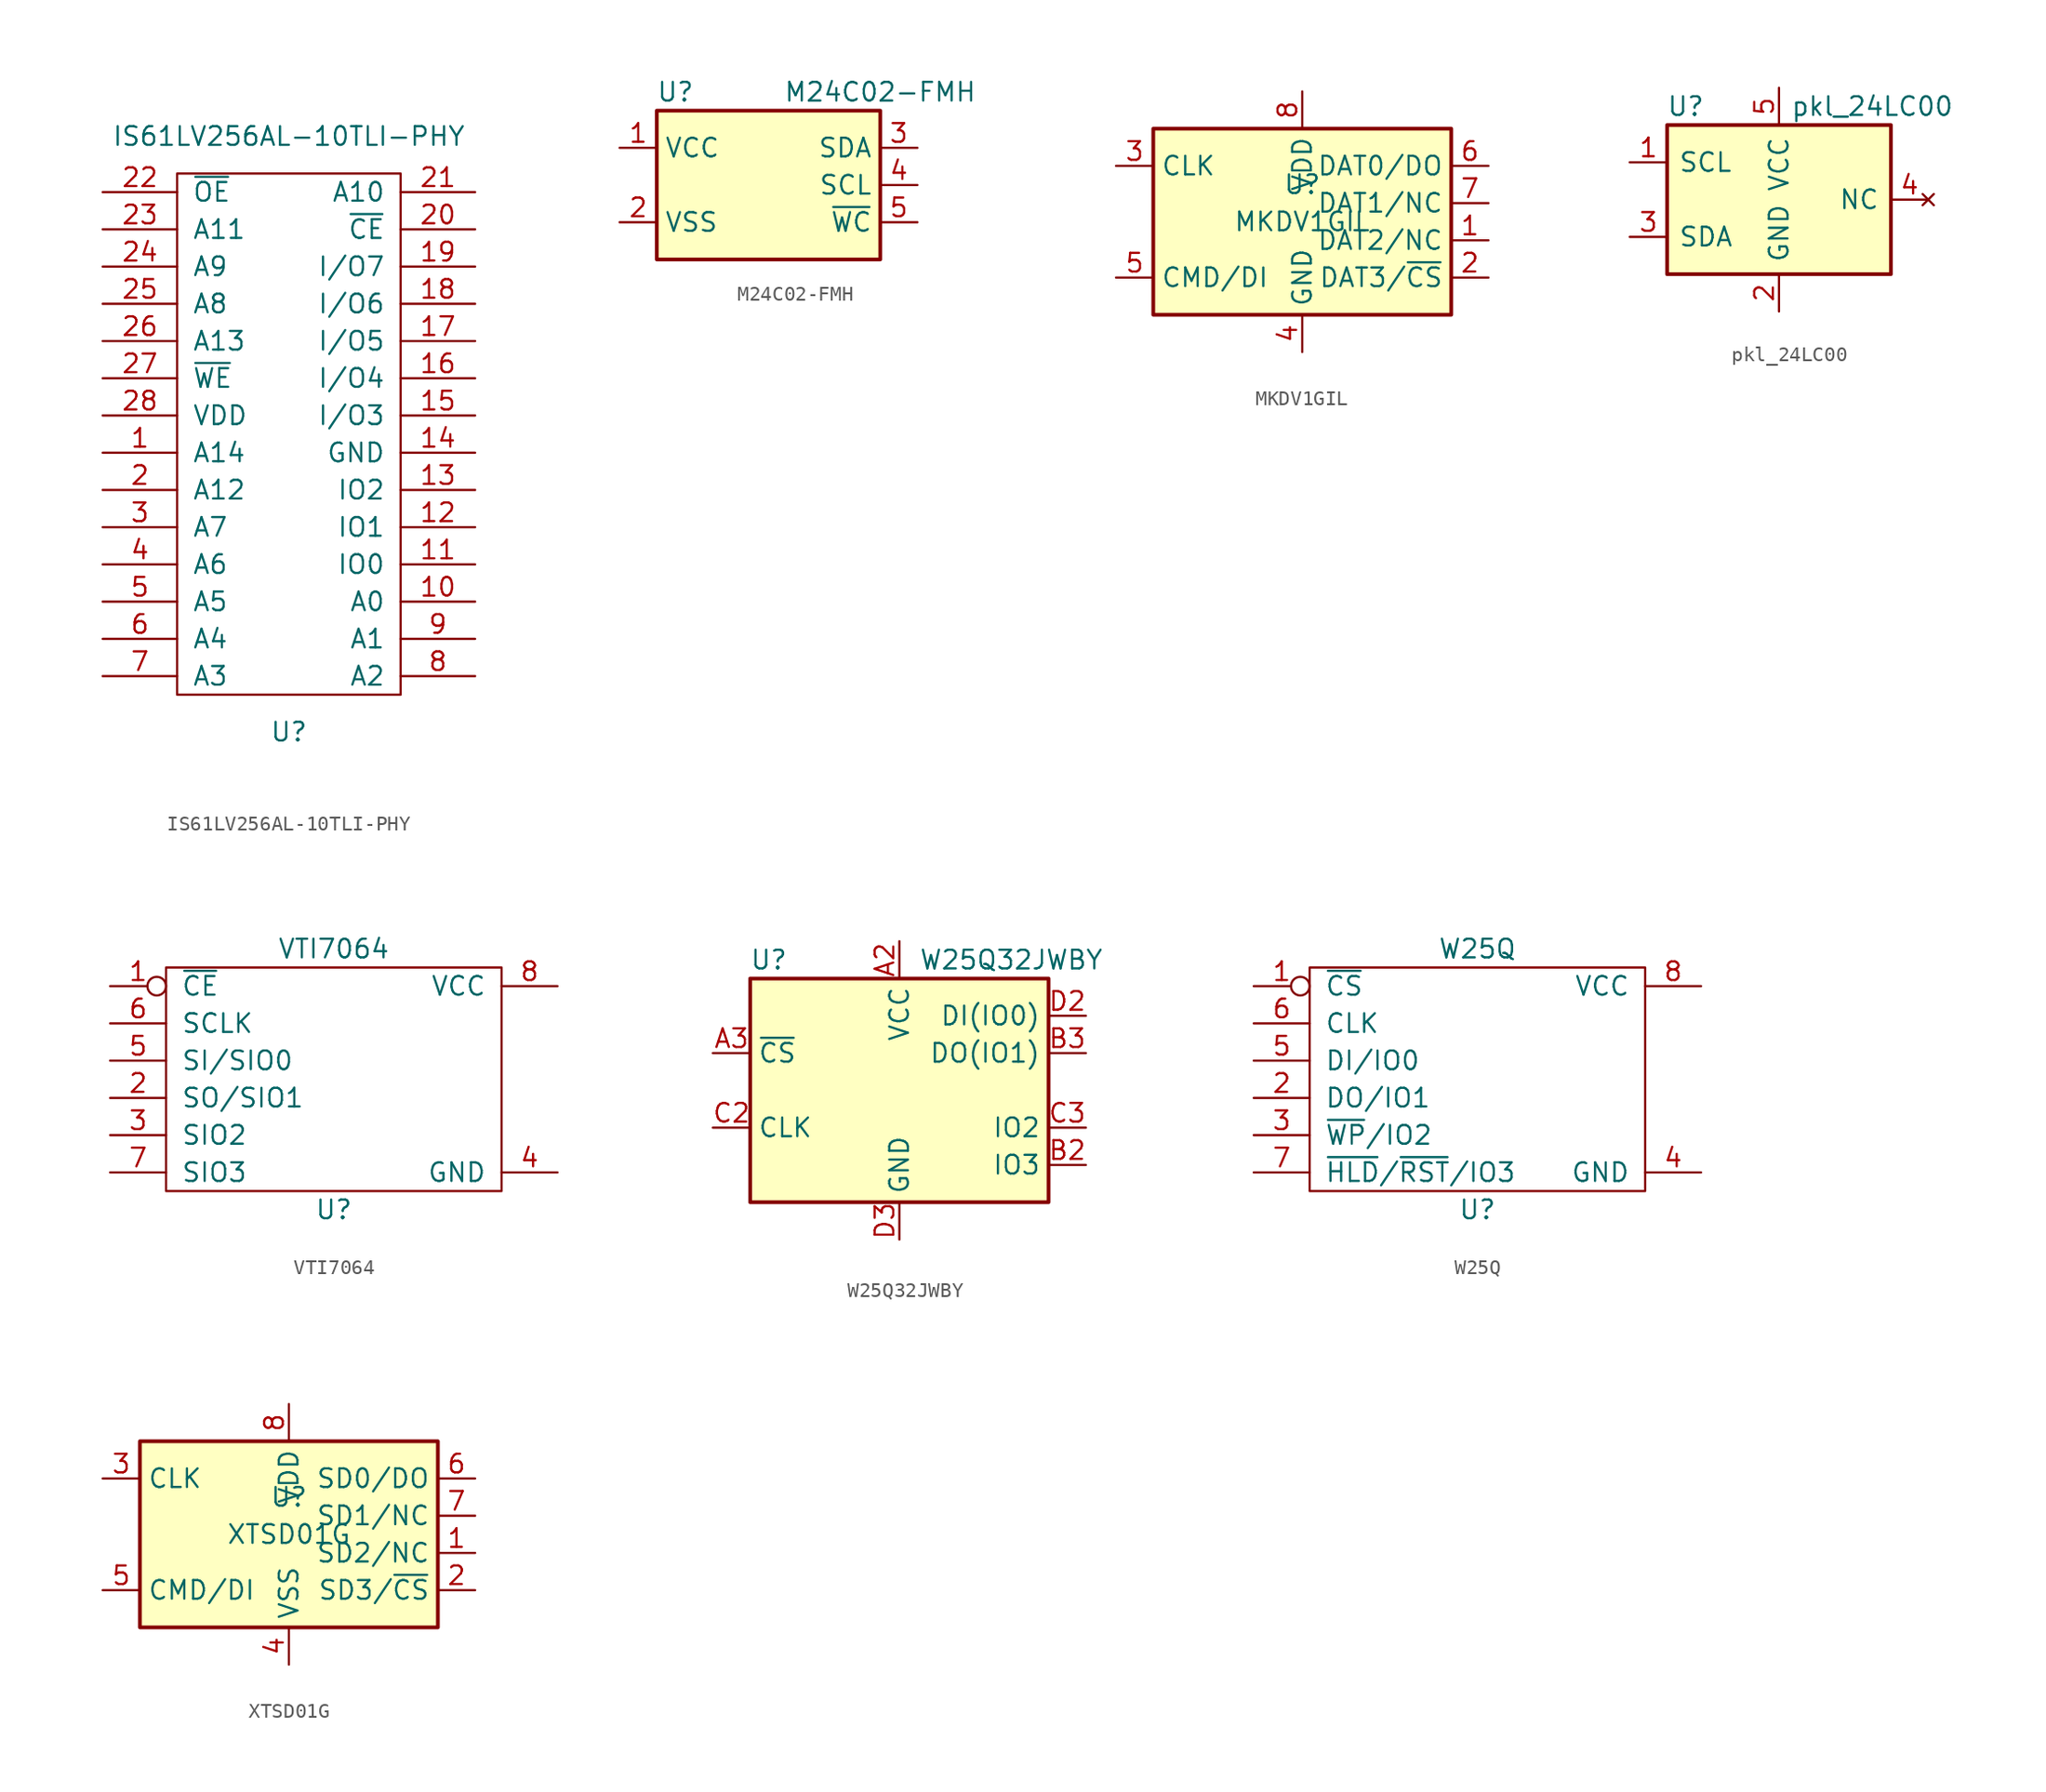
<source format=kicad_sym>
(kicad_symbol_lib
  (version 20211014)
  (generator kicad_symbol_editor)
  (symbol "IS61LV256AL-10TLI-PHY"
    (pin_names
      (offset 1.016))
    (property "Reference" "U"
      (at 0 -21.59 0)
      (effects (font (size 1.27 1.27))))
    (property "Value" "IS61LV256AL-10TLI-PHY"
      (at 0 19.05 0)
      (effects (font (size 1.27 1.27))))
    (symbol "IS61LV256AL-10TLI-PHY_0_1"
      (rectangle (start -7.62 16.51) (end 7.62 -19.05) (stroke (width 0) (type default) (color 0 0 0 0)) (fill (type none))))
    (symbol "IS61LV256AL-10TLI-PHY_1_1"
      (pin passive line (at -12.7 -2.54 0) (length 5.08) (name "A14" (effects (font (size 1.27 1.27)))) (number "1" (effects (font (size 1.27 1.27)))))
      (pin passive line (at 12.7 -12.7 180) (length 5.08) (name "A0" (effects (font (size 1.27 1.27)))) (number "10" (effects (font (size 1.27 1.27)))))
      (pin passive line (at 12.7 -10.16 180) (length 5.08) (name "IO0" (effects (font (size 1.27 1.27)))) (number "11" (effects (font (size 1.27 1.27)))))
      (pin passive line (at 12.7 -7.62 180) (length 5.08) (name "IO1" (effects (font (size 1.27 1.27)))) (number "12" (effects (font (size 1.27 1.27)))))
      (pin passive line (at 12.7 -5.08 180) (length 5.08) (name "IO2" (effects (font (size 1.27 1.27)))) (number "13" (effects (font (size 1.27 1.27)))))
      (pin passive line (at 12.7 -2.54 180) (length 5.08) (name "GND" (effects (font (size 1.27 1.27)))) (number "14" (effects (font (size 1.27 1.27)))))
      (pin input line (at 12.7 0 180) (length 5.08) (name "I/O3" (effects (font (size 1.27 1.27)))) (number "15" (effects (font (size 1.27 1.27)))))
      (pin input line (at 12.7 2.54 180) (length 5.08) (name "I/O4" (effects (font (size 1.27 1.27)))) (number "16" (effects (font (size 1.27 1.27)))))
      (pin input line (at 12.7 5.08 180) (length 5.08) (name "I/O5" (effects (font (size 1.27 1.27)))) (number "17" (effects (font (size 1.27 1.27)))))
      (pin input line (at 12.7 7.62 180) (length 5.08) (name "I/O6" (effects (font (size 1.27 1.27)))) (number "18" (effects (font (size 1.27 1.27)))))
      (pin input line (at 12.7 10.16 180) (length 5.08) (name "I/O7" (effects (font (size 1.27 1.27)))) (number "19" (effects (font (size 1.27 1.27)))))
      (pin passive line (at -12.7 -5.08 0) (length 5.08) (name "A12" (effects (font (size 1.27 1.27)))) (number "2" (effects (font (size 1.27 1.27)))))
      (pin input line (at 12.7 12.7 180) (length 5.08) (name "~{CE}" (effects (font (size 1.27 1.27)))) (number "20" (effects (font (size 1.27 1.27)))))
      (pin input line (at 12.7 15.24 180) (length 5.08) (name "A10" (effects (font (size 1.27 1.27)))) (number "21" (effects (font (size 1.27 1.27)))))
      (pin input line (at -12.7 15.24 0) (length 5.08) (name "~{OE}" (effects (font (size 1.27 1.27)))) (number "22" (effects (font (size 1.27 1.27)))))
      (pin input line (at -12.7 12.7 0) (length 5.08) (name "A11" (effects (font (size 1.27 1.27)))) (number "23" (effects (font (size 1.27 1.27)))))
      (pin input line (at -12.7 10.16 0) (length 5.08) (name "A9" (effects (font (size 1.27 1.27)))) (number "24" (effects (font (size 1.27 1.27)))))
      (pin input line (at -12.7 7.62 0) (length 5.08) (name "A8" (effects (font (size 1.27 1.27)))) (number "25" (effects (font (size 1.27 1.27)))))
      (pin input line (at -12.7 5.08 0) (length 5.08) (name "A13" (effects (font (size 1.27 1.27)))) (number "26" (effects (font (size 1.27 1.27)))))
      (pin input line (at -12.7 2.54 0) (length 5.08) (name "~{WE}" (effects (font (size 1.27 1.27)))) (number "27" (effects (font (size 1.27 1.27)))))
      (pin input line (at -12.7 0 0) (length 5.08) (name "VDD" (effects (font (size 1.27 1.27)))) (number "28" (effects (font (size 1.27 1.27)))))
      (pin passive line (at -12.7 -7.62 0) (length 5.08) (name "A7" (effects (font (size 1.27 1.27)))) (number "3" (effects (font (size 1.27 1.27)))))
      (pin passive line (at -12.7 -10.16 0) (length 5.08) (name "A6" (effects (font (size 1.27 1.27)))) (number "4" (effects (font (size 1.27 1.27)))))
      (pin passive line (at -12.7 -12.7 0) (length 5.08) (name "A5" (effects (font (size 1.27 1.27)))) (number "5" (effects (font (size 1.27 1.27)))))
      (pin passive line (at -12.7 -15.24 0) (length 5.08) (name "A4" (effects (font (size 1.27 1.27)))) (number "6" (effects (font (size 1.27 1.27)))))
      (pin passive line (at -12.7 -17.78 0) (length 5.08) (name "A3" (effects (font (size 1.27 1.27)))) (number "7" (effects (font (size 1.27 1.27)))))
      (pin passive line (at 12.7 -17.78 180) (length 5.08) (name "A2" (effects (font (size 1.27 1.27)))) (number "8" (effects (font (size 1.27 1.27)))))
      (pin passive line (at 12.7 -15.24 180) (length 5.08) (name "A1" (effects (font (size 1.27 1.27)))) (number "9" (effects (font (size 1.27 1.27)))))))
  (symbol "M24C02-FMH"
    (property "Reference" "U"
      (at -6.35 6.35 0)
      (effects (font (size 1.27 1.27))))
    (property "Value" "M24C02-FMH"
      (at 7.62 6.35 0)
      (effects (font (size 1.27 1.27))))
    (symbol "M24C02-FMH_0_1"
      (rectangle (start -7.62 5.08) (end 7.62 -5.08) (stroke (width 0.254) (type default) (color 0 0 0 0)) (fill (type background))))
    (symbol "M24C02-FMH_1_1"
      (pin power_in line (at -10.16 2.54 0) (length 2.54) (name "VCC" (effects (font (size 1.27 1.27)))) (number "1" (effects (font (size 1.27 1.27)))))
      (pin power_in line (at -10.16 -2.54 0) (length 2.54) (name "VSS" (effects (font (size 1.27 1.27)))) (number "2" (effects (font (size 1.27 1.27)))))
      (pin bidirectional line (at 10.16 2.54 180) (length 2.54) (name "SDA" (effects (font (size 1.27 1.27)))) (number "3" (effects (font (size 1.27 1.27)))))
      (pin input line (at 10.16 0 180) (length 2.54) (name "SCL" (effects (font (size 1.27 1.27)))) (number "4" (effects (font (size 1.27 1.27)))))
      (pin input line (at 10.16 -2.54 180) (length 2.54) (name "~{WC}" (effects (font (size 1.27 1.27)))) (number "5" (effects (font (size 1.27 1.27)))))))
  (symbol "MKDV1GIL"
    (property "Reference" "U"
      (at 0 1.27 0)
      (effects (font (size 1.27 1.27))))
    (property "Value" "MKDV1GIL"
      (at 0 -1.27 0)
      (effects (font (size 1.27 1.27))))
    (symbol "MKDV1GIL_0_1"
      (rectangle (start -10.16 5.08) (end 10.16 -7.62) (stroke (width 0.254) (type default) (color 0 0 0 0)) (fill (type background))))
    (symbol "MKDV1GIL_1_1"
      (pin bidirectional line (at 12.7 -2.54 180) (length 2.54) (name "DAT2/NC" (effects (font (size 1.27 1.27)))) (number "1" (effects (font (size 1.27 1.27)))))
      (pin bidirectional line (at 12.7 -5.08 180) (length 2.54) (name "DAT3/~{CS}" (effects (font (size 1.27 1.27)))) (number "2" (effects (font (size 1.27 1.27)))))
      (pin input line (at -12.7 2.54 0) (length 2.54) (name "CLK" (effects (font (size 1.27 1.27)))) (number "3" (effects (font (size 1.27 1.27)))))
      (pin power_in line (at 0 -10.16 90) (length 2.54) (name "GND" (effects (font (size 1.27 1.27)))) (number "4" (effects (font (size 1.27 1.27)))))
      (pin bidirectional line (at -12.7 -5.08 0) (length 2.54) (name "CMD/DI" (effects (font (size 1.27 1.27)))) (number "5" (effects (font (size 1.27 1.27)))))
      (pin bidirectional line (at 12.7 2.54 180) (length 2.54) (name "DAT0/DO" (effects (font (size 1.27 1.27)))) (number "6" (effects (font (size 1.27 1.27)))))
      (pin bidirectional line (at 12.7 0 180) (length 2.54) (name "DAT1/NC" (effects (font (size 1.27 1.27)))) (number "7" (effects (font (size 1.27 1.27)))))
      (pin power_in line (at 0 7.62 270) (length 2.54) (name "VDD" (effects (font (size 1.27 1.27)))) (number "8" (effects (font (size 1.27 1.27)))))))
  (symbol "pkl_24LC00"
    (pin_names
      (offset 0.762))
    (property "Reference" "U"
      (at -6.35 6.35 0)
      (effects (font (size 1.27 1.27))))
    (property "Value" "pkl_24LC00"
      (at 6.35 6.35 0)
      (effects (font (size 1.27 1.27))))
    (symbol "pkl_24LC00_0_0"
      (pin power_in line (at 0 -7.62 90) (length 2.54) (name "GND" (effects (font (size 1.27 1.27)))) (number "2" (effects (font (size 1.27 1.27)))))
      (pin power_in line (at 0 7.62 270) (length 2.54) (name "VCC" (effects (font (size 1.27 1.27)))) (number "5" (effects (font (size 1.27 1.27))))))
    (symbol "pkl_24LC00_1_1"
      (rectangle (start -7.62 5.08) (end 7.62 -5.08) (stroke (width 0.254) (type default) (color 0 0 0 0)) (fill (type background)))
      (pin input line (at -10.16 2.54 0) (length 2.54) (name "SCL" (effects (font (size 1.27 1.27)))) (number "1" (effects (font (size 1.27 1.27)))))
      (pin bidirectional line (at -10.16 -2.54 0) (length 2.54) (name "SDA" (effects (font (size 1.27 1.27)))) (number "3" (effects (font (size 1.27 1.27)))))
      (pin no_connect line (at 10.16 0 180) (length 2.54) (name "NC" (effects (font (size 1.27 1.27)))) (number "4" (effects (font (size 1.27 1.27)))))))
  (symbol "VTI7064"
    (pin_names
      (offset 1.016))
    (property "Reference" "U"
      (at 0 -10.16 0)
      (effects (font (size 1.27 1.27))))
    (property "Value" "VTI7064"
      (at 0 7.62 0)
      (effects (font (size 1.27 1.27))))
    (symbol "VTI7064_1_1"
      (rectangle (start -11.43 -8.89) (end 11.43 6.35) (stroke (width 0) (type default) (color 0 0 0 0)) (fill (type none)))
      (pin passive inverted (at -15.24 5.08 0) (length 3.81) (name "~{CE}" (effects (font (size 1.27 1.27)))) (number "1" (effects (font (size 1.27 1.27)))))
      (pin passive line (at -15.24 -2.54 0) (length 3.81) (name "SO/SIO1" (effects (font (size 1.27 1.27)))) (number "2" (effects (font (size 1.27 1.27)))))
      (pin passive line (at -15.24 -5.08 0) (length 3.81) (name "SIO2" (effects (font (size 1.27 1.27)))) (number "3" (effects (font (size 1.27 1.27)))))
      (pin passive line (at 15.24 -7.62 180) (length 3.81) (name "GND" (effects (font (size 1.27 1.27)))) (number "4" (effects (font (size 1.27 1.27)))))
      (pin passive line (at -15.24 0 0) (length 3.81) (name "SI/SIO0" (effects (font (size 1.27 1.27)))) (number "5" (effects (font (size 1.27 1.27)))))
      (pin passive line (at -15.24 2.54 0) (length 3.81) (name "SCLK" (effects (font (size 1.27 1.27)))) (number "6" (effects (font (size 1.27 1.27)))))
      (pin passive line (at -15.24 -7.62 0) (length 3.81) (name "SIO3" (effects (font (size 1.27 1.27)))) (number "7" (effects (font (size 1.27 1.27)))))
      (pin passive line (at 15.24 5.08 180) (length 3.81) (name "VCC" (effects (font (size 1.27 1.27)))) (number "8" (effects (font (size 1.27 1.27)))))))
  (symbol "W25Q32JWBY"
    (property "Reference" "U"
      (at -8.89 8.89 0)
      (effects (font (size 1.27 1.27))))
    (property "Value" "W25Q32JWBY"
      (at 7.62 8.89 0)
      (effects (font (size 1.27 1.27))))
    (symbol "W25Q32JWBY_0_1"
      (rectangle (start -10.16 7.62) (end 10.16 -7.62) (stroke (width 0.254) (type default) (color 0 0 0 0)) (fill (type background))))
    (symbol "W25Q32JWBY_1_1"
      (pin no_connect line (at -5.08 -10.16 90) (length 2.54) hide (name "NC" (effects (font (size 1.27 1.27)))) (number "A1" (effects (font (size 1.27 1.27)))))
      (pin power_in line (at 0 10.16 270) (length 2.54) (name "VCC" (effects (font (size 1.27 1.27)))) (number "A2" (effects (font (size 1.27 1.27)))))
      (pin input line (at -12.7 2.54 0) (length 2.54) (name "~{CS}" (effects (font (size 1.27 1.27)))) (number "A3" (effects (font (size 1.27 1.27)))))
      (pin no_connect line (at -2.54 -10.16 90) (length 2.54) hide (name "NC" (effects (font (size 1.27 1.27)))) (number "B1" (effects (font (size 1.27 1.27)))))
      (pin bidirectional line (at 12.7 -5.08 180) (length 2.54) (name "IO3" (effects (font (size 1.27 1.27)))) (number "B2" (effects (font (size 1.27 1.27)))))
      (pin bidirectional line (at 12.7 2.54 180) (length 2.54) (name "DO(IO1)" (effects (font (size 1.27 1.27)))) (number "B3" (effects (font (size 1.27 1.27)))))
      (pin no_connect line (at 2.54 -10.16 90) (length 2.54) hide (name "NC" (effects (font (size 1.27 1.27)))) (number "C1" (effects (font (size 1.27 1.27)))))
      (pin input line (at -12.7 -2.54 0) (length 2.54) (name "CLK" (effects (font (size 1.27 1.27)))) (number "C2" (effects (font (size 1.27 1.27)))))
      (pin bidirectional line (at 12.7 -2.54 180) (length 2.54) (name "IO2" (effects (font (size 1.27 1.27)))) (number "C3" (effects (font (size 1.27 1.27)))))
      (pin no_connect line (at 5.08 -10.16 90) (length 2.54) hide (name "NC" (effects (font (size 1.27 1.27)))) (number "D1" (effects (font (size 1.27 1.27)))))
      (pin bidirectional line (at 12.7 5.08 180) (length 2.54) (name "DI(IO0)" (effects (font (size 1.27 1.27)))) (number "D2" (effects (font (size 1.27 1.27)))))
      (pin power_in line (at 0 -10.16 90) (length 2.54) (name "GND" (effects (font (size 1.27 1.27)))) (number "D3" (effects (font (size 1.27 1.27)))))))
  (symbol "W25Q"
    (pin_names
      (offset 1.016))
    (property "Reference" "U"
      (at 0 -10.16 0)
      (effects (font (size 1.27 1.27))))
    (property "Value" "W25Q"
      (at 0 7.62 0)
      (effects (font (size 1.27 1.27))))
    (symbol "W25Q_1_1"
      (rectangle (start -11.43 -8.89) (end 11.43 6.35) (stroke (width 0) (type default) (color 0 0 0 0)) (fill (type none)))
      (pin passive inverted (at -15.24 5.08 0) (length 3.81) (name "~{CS}" (effects (font (size 1.27 1.27)))) (number "1" (effects (font (size 1.27 1.27)))))
      (pin passive line (at -15.24 -2.54 0) (length 3.81) (name "DO/IO1" (effects (font (size 1.27 1.27)))) (number "2" (effects (font (size 1.27 1.27)))))
      (pin passive line (at -15.24 -5.08 0) (length 3.81) (name "~{WP}/IO2" (effects (font (size 1.27 1.27)))) (number "3" (effects (font (size 1.27 1.27)))))
      (pin passive line (at 15.24 -7.62 180) (length 3.81) (name "GND" (effects (font (size 1.27 1.27)))) (number "4" (effects (font (size 1.27 1.27)))))
      (pin passive line (at -15.24 0 0) (length 3.81) (name "DI/IO0" (effects (font (size 1.27 1.27)))) (number "5" (effects (font (size 1.27 1.27)))))
      (pin passive line (at -15.24 2.54 0) (length 3.81) (name "CLK" (effects (font (size 1.27 1.27)))) (number "6" (effects (font (size 1.27 1.27)))))
      (pin passive line (at -15.24 -7.62 0) (length 3.81) (name "~{HLD}/~{RST}/IO3" (effects (font (size 1.27 1.27)))) (number "7" (effects (font (size 1.27 1.27)))))
      (pin passive line (at 15.24 5.08 180) (length 3.81) (name "VCC" (effects (font (size 1.27 1.27)))) (number "8" (effects (font (size 1.27 1.27)))))))
  (symbol "XTSD01G"
    (property "Reference" "U"
      (at 0 1.27 0)
      (effects (font (size 1.27 1.27))))
    (property "Value" "XTSD01G"
      (at 0 -1.27 0)
      (effects (font (size 1.27 1.27))))
    (symbol "XTSD01G_0_1"
      (rectangle (start -10.16 5.08) (end 10.16 -7.62) (stroke (width 0.254) (type default) (color 0 0 0 0)) (fill (type background))))
    (symbol "XTSD01G_1_1"
      (pin bidirectional line (at 12.7 -2.54 180) (length 2.54) (name "SD2/NC" (effects (font (size 1.27 1.27)))) (number "1" (effects (font (size 1.27 1.27)))))
      (pin bidirectional line (at 12.7 -5.08 180) (length 2.54) (name "SD3/~{CS}" (effects (font (size 1.27 1.27)))) (number "2" (effects (font (size 1.27 1.27)))))
      (pin input line (at -12.7 2.54 0) (length 2.54) (name "CLK" (effects (font (size 1.27 1.27)))) (number "3" (effects (font (size 1.27 1.27)))))
      (pin power_in line (at 0 -10.16 90) (length 2.54) (name "VSS" (effects (font (size 1.27 1.27)))) (number "4" (effects (font (size 1.27 1.27)))))
      (pin bidirectional line (at -12.7 -5.08 0) (length 2.54) (name "CMD/DI" (effects (font (size 1.27 1.27)))) (number "5" (effects (font (size 1.27 1.27)))))
      (pin bidirectional line (at 12.7 2.54 180) (length 2.54) (name "SD0/DO" (effects (font (size 1.27 1.27)))) (number "6" (effects (font (size 1.27 1.27)))))
      (pin bidirectional line (at 12.7 0 180) (length 2.54) (name "SD1/NC" (effects (font (size 1.27 1.27)))) (number "7" (effects (font (size 1.27 1.27)))))
      (pin power_in line (at 0 7.62 270) (length 2.54) (name "VDD" (effects (font (size 1.27 1.27)))) (number "8" (effects (font (size 1.27 1.27))))))))
</source>
